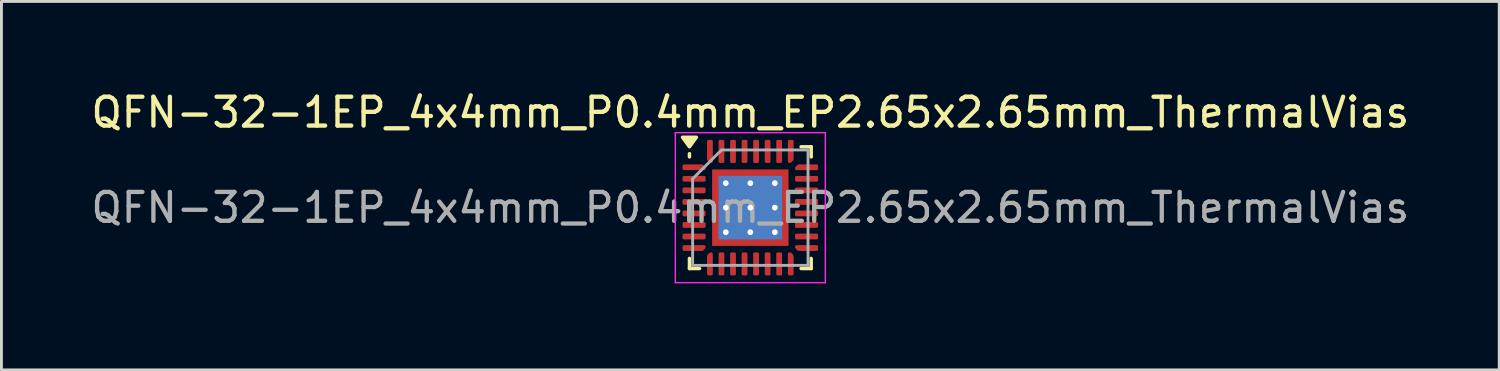
<source format=kicad_pcb>
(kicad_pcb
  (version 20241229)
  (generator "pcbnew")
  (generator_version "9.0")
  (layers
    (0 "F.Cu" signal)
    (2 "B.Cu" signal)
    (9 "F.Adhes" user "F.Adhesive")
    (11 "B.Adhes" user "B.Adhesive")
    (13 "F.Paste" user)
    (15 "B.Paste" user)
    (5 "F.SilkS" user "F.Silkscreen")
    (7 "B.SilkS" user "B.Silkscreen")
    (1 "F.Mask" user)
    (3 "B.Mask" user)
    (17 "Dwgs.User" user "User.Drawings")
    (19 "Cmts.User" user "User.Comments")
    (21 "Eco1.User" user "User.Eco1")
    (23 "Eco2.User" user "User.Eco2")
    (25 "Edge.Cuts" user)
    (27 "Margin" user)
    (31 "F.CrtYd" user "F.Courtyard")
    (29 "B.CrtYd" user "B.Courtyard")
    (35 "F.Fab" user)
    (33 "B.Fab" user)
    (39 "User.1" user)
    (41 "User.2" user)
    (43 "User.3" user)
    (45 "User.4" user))
  (footprint "QFN-32-1EP_4x4mm_P0.4mm_EP2.65x2.65mm_ThermalVias"
    (layer "F.Cu")
    (at 22.958 4.148)
    (property "Reference" "QFN-32-1EP_4x4mm_P0.4mm_EP2.65x2.65mm_ThermalVias" (at 0 -3.3 0) (layer "F.SilkS") (effects (font (size 1 1) (thickness 0.15))))
    (attr smd)
    (fp_line (start -2.11 -1.76) (end -2.11 -1.87) (stroke (width 0.12) (type solid)) (layer "F.SilkS"))
    (fp_line (start -2.11 2.11) (end -2.11 1.76) (stroke (width 0.12) (type solid)) (layer "F.SilkS"))
    (fp_line (start -1.76 2.11) (end -2.11 2.11) (stroke (width 0.12) (type solid)) (layer "F.SilkS"))
    (fp_line (start 1.76 -2.11) (end 2.11 -2.11) (stroke (width 0.12) (type solid)) (layer "F.SilkS"))
    (fp_line (start 1.76 2.11) (end 2.11 2.11) (stroke (width 0.12) (type solid)) (layer "F.SilkS"))
    (fp_line (start 2.11 -2.11) (end 2.11 -1.76) (stroke (width 0.12) (type solid)) (layer "F.SilkS"))
    (fp_line (start 2.11 2.11) (end 2.11 1.76) (stroke (width 0.12) (type solid)) (layer "F.SilkS"))
    (fp_poly (pts (xy -2.11 -2.11) (xy -2.35 -2.44) (xy -1.87 -2.44) (xy -2.11 -2.11)) (stroke (width 0.12) (type solid)) (fill yes) (layer "F.SilkS"))
    (fp_line (start -2.6 -2.6) (end -2.6 2.6) (stroke (width 0.05) (type solid)) (layer "F.CrtYd"))
    (fp_line (start -2.6 2.6) (end 2.6 2.6) (stroke (width 0.05) (type solid)) (layer "F.CrtYd"))
    (fp_line (start 2.6 -2.6) (end -2.6 -2.6) (stroke (width 0.05) (type solid)) (layer "F.CrtYd"))
    (fp_line (start 2.6 2.6) (end 2.6 -2.6) (stroke (width 0.05) (type solid)) (layer "F.CrtYd"))
    (fp_line (start -2 -1) (end -1 -2) (stroke (width 0.1) (type solid)) (layer "F.Fab"))
    (fp_line (start -2 2) (end -2 -1) (stroke (width 0.1) (type solid)) (layer "F.Fab"))
    (fp_line (start -1 -2) (end 2 -2) (stroke (width 0.1) (type solid)) (layer "F.Fab"))
    (fp_line (start 2 -2) (end 2 2) (stroke (width 0.1) (type solid)) (layer "F.Fab"))
    (fp_line (start 2 2) (end -2 2) (stroke (width 0.1) (type solid)) (layer "F.Fab"))
    (fp_text user "${REFERENCE}" (at 0 0 0) (layer "F.Fab") (effects (font (size 1 1) (thickness 0.15))))
    (pad "" smd custom (at -1.087 -1.087) (size 0.248 0.248) (layers "F.Paste") (options (anchor circle)) (primitives (gr_poly (pts (xy -0.096 -0.096) (xy 0.096 -0.096) (xy 0.096 -0.039) (xy -0.039 0.096) (xy -0.096 0.096)) (width 0.191) (fill yes))))
    (pad "" smd custom (at -1.087 -0.425) (size 0.274 0.274) (layers "F.Paste") (options (anchor circle)) (primitives (gr_poly (pts (xy -0.096 -0.247) (xy -0.003 -0.247) (xy 0.096 -0.149) (xy 0.096 0.149) (xy -0.003 0.247) (xy -0.096 0.247)) (width 0.191) (fill yes))))
    (pad "" smd custom (at -1.087 0.425) (size 0.274 0.274) (layers "F.Paste") (options (anchor circle)) (primitives (gr_poly (pts (xy -0.096 -0.247) (xy -0.003 -0.247) (xy 0.096 -0.149) (xy 0.096 0.149) (xy -0.003 0.247) (xy -0.096 0.247)) (width 0.191) (fill yes))))
    (pad "" smd custom (at -1.087 1.087) (size 0.248 0.248) (layers "F.Paste") (options (anchor circle)) (primitives (gr_poly (pts (xy -0.096 -0.096) (xy -0.039 -0.096) (xy 0.096 0.039) (xy 0.096 0.096) (xy -0.096 0.096)) (width 0.191) (fill yes))))
    (pad "" smd custom (at -0.425 -1.087) (size 0.274 0.274) (layers "F.Paste") (options (anchor circle)) (primitives (gr_poly (pts (xy -0.247 -0.096) (xy 0.247 -0.096) (xy 0.247 -0.003) (xy 0.149 0.096) (xy -0.149 0.096) (xy -0.247 -0.003)) (width 0.191) (fill yes))))
    (pad "" smd custom (at -0.425 -0.425) (size 0.602 0.602) (layers "F.Paste") (options (anchor circle)) (primitives (gr_poly (pts (xy -0.259 -0.19) (xy -0.19 -0.259) (xy 0.19 -0.259) (xy 0.259 -0.19) (xy 0.259 0.19) (xy 0.19 0.259) (xy -0.19 0.259) (xy -0.259 0.19)) (width 0.167) (fill yes))))
    (pad "" smd custom (at -0.425 0.425) (size 0.602 0.602) (layers "F.Paste") (options (anchor circle)) (primitives (gr_poly (pts (xy -0.259 -0.19) (xy -0.19 -0.259) (xy 0.19 -0.259) (xy 0.259 -0.19) (xy 0.259 0.19) (xy 0.19 0.259) (xy -0.19 0.259) (xy -0.259 0.19)) (width 0.167) (fill yes))))
    (pad "" smd custom (at -0.425 1.087) (size 0.274 0.274) (layers "F.Paste") (options (anchor circle)) (primitives (gr_poly (pts (xy -0.247 0.003) (xy -0.149 -0.096) (xy 0.149 -0.096) (xy 0.247 0.003) (xy 0.247 0.096) (xy -0.247 0.096)) (width 0.191) (fill yes))))
    (pad "" smd custom (at 0.425 -1.087) (size 0.274 0.274) (layers "F.Paste") (options (anchor circle)) (primitives (gr_poly (pts (xy -0.247 -0.096) (xy 0.247 -0.096) (xy 0.247 -0.003) (xy 0.149 0.096) (xy -0.149 0.096) (xy -0.247 -0.003)) (width 0.191) (fill yes))))
    (pad "" smd custom (at 0.425 -0.425) (size 0.602 0.602) (layers "F.Paste") (options (anchor circle)) (primitives (gr_poly (pts (xy -0.259 -0.19) (xy -0.19 -0.259) (xy 0.19 -0.259) (xy 0.259 -0.19) (xy 0.259 0.19) (xy 0.19 0.259) (xy -0.19 0.259) (xy -0.259 0.19)) (width 0.167) (fill yes))))
    (pad "" smd custom (at 0.425 0.425) (size 0.602 0.602) (layers "F.Paste") (options (anchor circle)) (primitives (gr_poly (pts (xy -0.259 -0.19) (xy -0.19 -0.259) (xy 0.19 -0.259) (xy 0.259 -0.19) (xy 0.259 0.19) (xy 0.19 0.259) (xy -0.19 0.259) (xy -0.259 0.19)) (width 0.167) (fill yes))))
    (pad "" smd custom (at 0.425 1.087) (size 0.274 0.274) (layers "F.Paste") (options (anchor circle)) (primitives (gr_poly (pts (xy -0.247 0.003) (xy -0.149 -0.096) (xy 0.149 -0.096) (xy 0.247 0.003) (xy 0.247 0.096) (xy -0.247 0.096)) (width 0.191) (fill yes))))
    (pad "" smd custom (at 1.087 -1.087) (size 0.248 0.248) (layers "F.Paste") (options (anchor circle)) (primitives (gr_poly (pts (xy -0.096 -0.096) (xy 0.096 -0.096) (xy 0.096 0.096) (xy 0.039 0.096) (xy -0.096 -0.039)) (width 0.191) (fill yes))))
    (pad "" smd custom (at 1.087 -0.425) (size 0.274 0.274) (layers "F.Paste") (options (anchor circle)) (primitives (gr_poly (pts (xy -0.096 -0.149) (xy 0.003 -0.247) (xy 0.096 -0.247) (xy 0.096 0.247) (xy 0.003 0.247) (xy -0.096 0.149)) (width 0.191) (fill yes))))
    (pad "" smd custom (at 1.087 0.425) (size 0.274 0.274) (layers "F.Paste") (options (anchor circle)) (primitives (gr_poly (pts (xy -0.096 -0.149) (xy 0.003 -0.247) (xy 0.096 -0.247) (xy 0.096 0.247) (xy 0.003 0.247) (xy -0.096 0.149)) (width 0.191) (fill yes))))
    (pad "" smd custom (at 1.087 1.087) (size 0.248 0.248) (layers "F.Paste") (options (anchor circle)) (primitives (gr_poly (pts (xy -0.096 0.039) (xy 0.039 -0.096) (xy 0.096 -0.096) (xy 0.096 0.096) (xy -0.096 0.096)) (width 0.191) (fill yes))))
    (pad "1" smd custom (at -1.95 -1.4) (size 0.129 0.129) (layers "F.Cu" "F.Mask" "F.Paste") (options (anchor circle)) (primitives (gr_poly (pts (xy -0.35 -0.05) (xy 0.279 -0.05) (xy 0.35 0.021) (xy 0.35 0.05) (xy -0.35 0.05)) (width 0.1) (fill yes))))
    (pad "2" smd roundrect (at -1.95 -1) (size 0.8 0.2) (layers "F.Cu" "F.Mask" "F.Paste") (roundrect_rratio 0.25))
    (pad "3" smd roundrect (at -1.95 -0.6) (size 0.8 0.2) (layers "F.Cu" "F.Mask" "F.Paste") (roundrect_rratio 0.25))
    (pad "4" smd roundrect (at -1.95 -0.2) (size 0.8 0.2) (layers "F.Cu" "F.Mask" "F.Paste") (roundrect_rratio 0.25))
    (pad "5" smd roundrect (at -1.95 0.2) (size 0.8 0.2) (layers "F.Cu" "F.Mask" "F.Paste") (roundrect_rratio 0.25))
    (pad "6" smd roundrect (at -1.95 0.6) (size 0.8 0.2) (layers "F.Cu" "F.Mask" "F.Paste") (roundrect_rratio 0.25))
    (pad "7" smd roundrect (at -1.95 1) (size 0.8 0.2) (layers "F.Cu" "F.Mask" "F.Paste") (roundrect_rratio 0.25))
    (pad "8" smd custom (at -1.95 1.4) (size 0.129 0.129) (layers "F.Cu" "F.Mask" "F.Paste") (options (anchor circle)) (primitives (gr_poly (pts (xy -0.35 -0.05) (xy 0.35 -0.05) (xy 0.35 -0.021) (xy 0.279 0.05) (xy -0.35 0.05)) (width 0.1) (fill yes))))
    (pad "9" smd custom (at -1.4 1.95) (size 0.129 0.129) (layers "F.Cu" "F.Mask" "F.Paste") (options (anchor circle)) (primitives (gr_poly (pts (xy -0.05 -0.279) (xy 0.021 -0.35) (xy 0.05 -0.35) (xy 0.05 0.35) (xy -0.05 0.35)) (width 0.1) (fill yes))))
    (pad "10" smd roundrect (at -1 1.95) (size 0.2 0.8) (layers "F.Cu" "F.Mask" "F.Paste") (roundrect_rratio 0.25))
    (pad "11" smd roundrect (at -0.6 1.95) (size 0.2 0.8) (layers "F.Cu" "F.Mask" "F.Paste") (roundrect_rratio 0.25))
    (pad "12" smd roundrect (at -0.2 1.95) (size 0.2 0.8) (layers "F.Cu" "F.Mask" "F.Paste") (roundrect_rratio 0.25))
    (pad "13" smd roundrect (at 0.2 1.95) (size 0.2 0.8) (layers "F.Cu" "F.Mask" "F.Paste") (roundrect_rratio 0.25))
    (pad "14" smd roundrect (at 0.6 1.95) (size 0.2 0.8) (layers "F.Cu" "F.Mask" "F.Paste") (roundrect_rratio 0.25))
    (pad "15" smd roundrect (at 1 1.95) (size 0.2 0.8) (layers "F.Cu" "F.Mask" "F.Paste") (roundrect_rratio 0.25))
    (pad "16" smd custom (at 1.4 1.95) (size 0.129 0.129) (layers "F.Cu" "F.Mask" "F.Paste") (options (anchor circle)) (primitives (gr_poly (pts (xy -0.05 -0.35) (xy -0.021 -0.35) (xy 0.05 -0.279) (xy 0.05 0.35) (xy -0.05 0.35)) (width 0.1) (fill yes))))
    (pad "17" smd custom (at 1.95 1.4) (size 0.129 0.129) (layers "F.Cu" "F.Mask" "F.Paste") (options (anchor circle)) (primitives (gr_poly (pts (xy -0.35 -0.05) (xy 0.35 -0.05) (xy 0.35 0.05) (xy -0.279 0.05) (xy -0.35 -0.021)) (width 0.1) (fill yes))))
    (pad "18" smd roundrect (at 1.95 1) (size 0.8 0.2) (layers "F.Cu" "F.Mask" "F.Paste") (roundrect_rratio 0.25))
    (pad "19" smd roundrect (at 1.95 0.6) (size 0.8 0.2) (layers "F.Cu" "F.Mask" "F.Paste") (roundrect_rratio 0.25))
    (pad "20" smd roundrect (at 1.95 0.2) (size 0.8 0.2) (layers "F.Cu" "F.Mask" "F.Paste") (roundrect_rratio 0.25))
    (pad "21" smd roundrect (at 1.95 -0.2) (size 0.8 0.2) (layers "F.Cu" "F.Mask" "F.Paste") (roundrect_rratio 0.25))
    (pad "22" smd roundrect (at 1.95 -0.6) (size 0.8 0.2) (layers "F.Cu" "F.Mask" "F.Paste") (roundrect_rratio 0.25))
    (pad "23" smd roundrect (at 1.95 -1) (size 0.8 0.2) (layers "F.Cu" "F.Mask" "F.Paste") (roundrect_rratio 0.25))
    (pad "24" smd custom (at 1.95 -1.4) (size 0.129 0.129) (layers "F.Cu" "F.Mask" "F.Paste") (options (anchor circle)) (primitives (gr_poly (pts (xy -0.35 0.021) (xy -0.279 -0.05) (xy 0.35 -0.05) (xy 0.35 0.05) (xy -0.35 0.05)) (width 0.1) (fill yes))))
    (pad "25" smd custom (at 1.4 -1.95) (size 0.129 0.129) (layers "F.Cu" "F.Mask" "F.Paste") (options (anchor circle)) (primitives (gr_poly (pts (xy -0.05 -0.35) (xy 0.05 -0.35) (xy 0.05 0.279) (xy -0.021 0.35) (xy -0.05 0.35)) (width 0.1) (fill yes))))
    (pad "26" smd roundrect (at 1 -1.95) (size 0.2 0.8) (layers "F.Cu" "F.Mask" "F.Paste") (roundrect_rratio 0.25))
    (pad "27" smd roundrect (at 0.6 -1.95) (size 0.2 0.8) (layers "F.Cu" "F.Mask" "F.Paste") (roundrect_rratio 0.25))
    (pad "28" smd roundrect (at 0.2 -1.95) (size 0.2 0.8) (layers "F.Cu" "F.Mask" "F.Paste") (roundrect_rratio 0.25))
    (pad "29" smd roundrect (at -0.2 -1.95) (size 0.2 0.8) (layers "F.Cu" "F.Mask" "F.Paste") (roundrect_rratio 0.25))
    (pad "30" smd roundrect (at -0.6 -1.95) (size 0.2 0.8) (layers "F.Cu" "F.Mask" "F.Paste") (roundrect_rratio 0.25))
    (pad "31" smd roundrect (at -1 -1.95) (size 0.2 0.8) (layers "F.Cu" "F.Mask" "F.Paste") (roundrect_rratio 0.25))
    (pad "32" smd custom (at -1.4 -1.95) (size 0.129 0.129) (layers "F.Cu" "F.Mask" "F.Paste") (options (anchor circle)) (primitives (gr_poly (pts (xy -0.05 -0.35) (xy 0.05 -0.35) (xy 0.05 0.35) (xy 0.021 0.35) (xy -0.05 0.279)) (width 0.1) (fill yes))))
    (pad "33" thru_hole circle (at -0.85 -0.85) (size 0.5 0.5) (drill 0.2) (property pad_prop_heatsink) (layers "*.Cu"))
    (pad "33" thru_hole circle (at -0.85 0) (size 0.5 0.5) (drill 0.2) (property pad_prop_heatsink) (layers "*.Cu"))
    (pad "33" thru_hole circle (at -0.85 0.85) (size 0.5 0.5) (drill 0.2) (property pad_prop_heatsink) (layers "*.Cu"))
    (pad "33" thru_hole circle (at 0 -0.85) (size 0.5 0.5) (drill 0.2) (property pad_prop_heatsink) (layers "*.Cu"))
    (pad "33" thru_hole circle (at 0 0) (size 0.5 0.5) (drill 0.2) (property pad_prop_heatsink) (layers "*.Cu"))
    (pad "33" smd rect (at 0 0) (size 2.2 2.2) (property pad_prop_heatsink) (layers "B.Cu"))
    (pad "33" smd rect (at 0 0) (size 2.65 2.65) (property pad_prop_heatsink) (layers "F.Cu" "F.Mask"))
    (pad "33" thru_hole circle (at 0 0.85) (size 0.5 0.5) (drill 0.2) (property pad_prop_heatsink) (layers "*.Cu"))
    (pad "33" thru_hole circle (at 0.85 -0.85) (size 0.5 0.5) (drill 0.2) (property pad_prop_heatsink) (layers "*.Cu"))
    (pad "33" thru_hole circle (at 0.85 0) (size 0.5 0.5) (drill 0.2) (property pad_prop_heatsink) (layers "*.Cu"))
    (pad "33" thru_hole circle (at 0.85 0.85) (size 0.5 0.5) (drill 0.2) (property pad_prop_heatsink) (layers "*.Cu")))
  (gr_rect
    (start -3 -3)
    (end 48.917 9.773)
    (stroke (width 0.1) (type default))
    (fill no)
    (layer "Edge.Cuts")))
</source>
